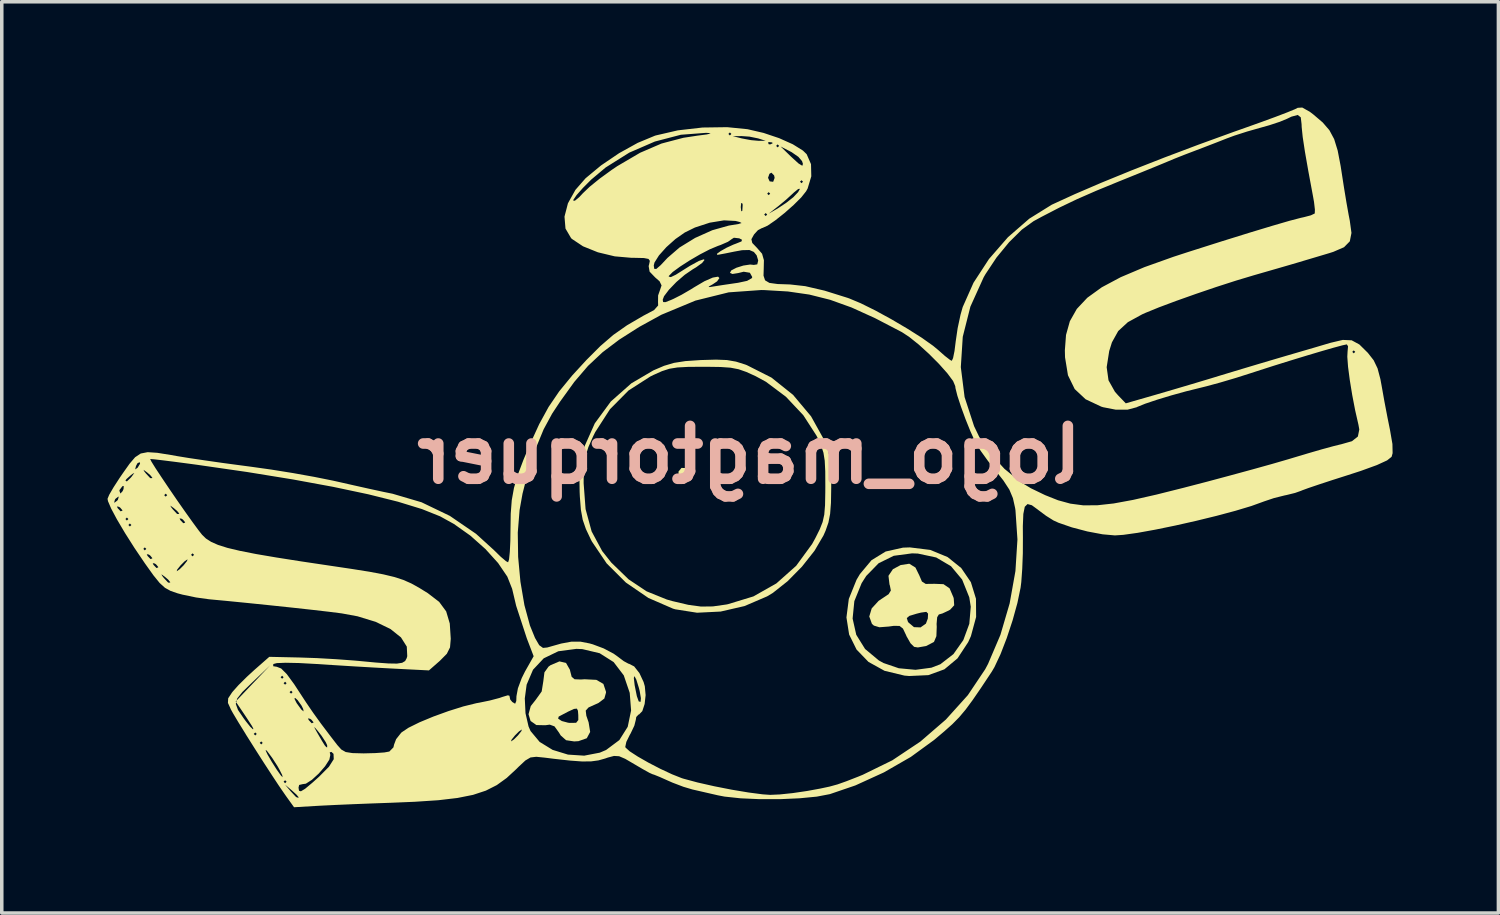
<source format=kicad_pcb>
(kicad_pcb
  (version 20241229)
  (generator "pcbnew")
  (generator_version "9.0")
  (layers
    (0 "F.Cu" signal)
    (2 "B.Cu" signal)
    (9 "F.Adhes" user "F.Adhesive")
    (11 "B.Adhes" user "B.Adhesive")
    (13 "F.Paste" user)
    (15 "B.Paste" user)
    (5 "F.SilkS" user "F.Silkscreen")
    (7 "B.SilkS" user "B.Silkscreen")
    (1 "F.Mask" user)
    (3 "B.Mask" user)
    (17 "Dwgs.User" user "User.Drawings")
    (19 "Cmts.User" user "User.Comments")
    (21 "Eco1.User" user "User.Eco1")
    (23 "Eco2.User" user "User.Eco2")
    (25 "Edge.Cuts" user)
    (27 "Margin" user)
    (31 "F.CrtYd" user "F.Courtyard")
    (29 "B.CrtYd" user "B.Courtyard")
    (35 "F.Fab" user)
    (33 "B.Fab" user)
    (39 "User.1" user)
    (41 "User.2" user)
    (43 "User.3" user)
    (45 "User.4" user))
  (footprint "logo_magtorquer"
    (layer "F.Cu")
    (at 18.202 9.851)
    (property "Reference" "logo_magtorquer" (at 0 0 0) (layer "B.SilkS") (effects (font (size 1.5 1.5) (thickness 0.3)) (justify mirror)))
    (attr board_only exclude_from_pos_files exclude_from_bom)
    (fp_poly (pts (xy -1.802 0.374) (xy -1.767 0.401) (xy -1.713 0.54) (xy -1.75 0.688) (xy -1.856 0.762) (xy -1.863 0.762) (xy -1.967 0.694) (xy -2.004 0.629) (xy -2.007 0.473) (xy -1.923 0.371)) (stroke (width 0) (type solid)) (fill yes) (layer "F.SilkS"))
    (fp_poly (pts (xy 5.135 2.697) (xy 5.625 2.899) (xy 6.012 3.211) (xy 6.285 3.611) (xy 6.43 4.081) (xy 6.434 4.598) (xy 6.286 5.143) (xy 6.209 5.312) (xy 5.906 5.773) (xy 5.534 6.083) (xy 5.081 6.248) (xy 4.536 6.273) (xy 4.4 6.261) (xy 3.836 6.125) (xy 3.381 5.873) (xy 3.043 5.523) (xy 2.832 5.096) (xy 2.761 4.643) (xy 2.931 4.643) (xy 3.034 5.103) (xy 3.284 5.506) (xy 3.674 5.831) (xy 3.808 5.905) (xy 4.241 6.053) (xy 4.716 6.097) (xy 5.166 6.037) (xy 5.42 5.939) (xy 5.791 5.651) (xy 6.071 5.254) (xy 6.241 4.792) (xy 6.282 4.308) (xy 6.24 4.041) (xy 6.037 3.537) (xy 5.722 3.159) (xy 5.302 2.911) (xy 4.783 2.8) (xy 4.617 2.794) (xy 4.098 2.863) (xy 3.668 3.075) (xy 3.317 3.435) (xy 3.187 3.639) (xy 2.98 4.149) (xy 2.931 4.643) (xy 2.761 4.643) (xy 2.756 4.611) (xy 2.823 4.087) (xy 3.042 3.544) (xy 3.138 3.382) (xy 3.467 2.988) (xy 3.868 2.742) (xy 4.359 2.632) (xy 4.555 2.625)) (stroke (width 0) (type solid)) (fill yes) (layer "F.SilkS"))
    (fp_poly (pts (xy -5.197 5.903) (xy -5.088 6.095) (xy -5.078 6.139) (xy -5.037 6.297) (xy -4.955 6.365) (xy -4.778 6.372) (xy -4.671 6.365) (xy -4.337 6.382) (xy -4.138 6.497) (xy -4.065 6.716) (xy -4.064 6.746) (xy -4.111 6.912) (xy -4.278 7.038) (xy -4.36 7.075) (xy -4.559 7.165) (xy -4.639 7.254) (xy -4.622 7.398) (xy -4.557 7.587) (xy -4.513 7.859) (xy -4.609 8.038) (xy -4.846 8.121) (xy -4.967 8.128) (xy -5.196 8.094) (xy -5.347 7.96) (xy -5.401 7.873) (xy -5.525 7.701) (xy -5.66 7.652) (xy -5.782 7.669) (xy -6.039 7.664) (xy -6.203 7.548) (xy -6.223 7.483) (xy -5.421 7.483) (xy -5.317 7.55) (xy -5.141 7.597) (xy -5.09 7.603) (xy -4.911 7.6) (xy -4.849 7.522) (xy -4.85 7.383) (xy -4.86 7.258) (xy -4.889 7.198) (xy -4.97 7.206) (xy -5.138 7.283) (xy -5.406 7.424) (xy -5.421 7.483) (xy -6.223 7.483) (xy -6.261 7.356) (xy -6.198 7.126) (xy -6.054 6.943) (xy -5.888 6.711) (xy -5.842 6.422) (xy -5.81 6.169) (xy -5.694 6.007) (xy -5.634 5.964) (xy -5.384 5.858)) (stroke (width 0) (type solid)) (fill yes) (layer "F.SilkS"))
    (fp_poly (pts (xy 4.713 3.196) (xy 4.822 3.418) (xy 4.897 3.593) (xy 5.004 3.661) (xy 5.207 3.659) (xy 5.233 3.657) (xy 5.508 3.668) (xy 5.681 3.786) (xy 5.79 4.04) (xy 5.8 4.079) (xy 5.812 4.267) (xy 5.699 4.39) (xy 5.659 4.414) (xy 5.48 4.498) (xy 5.376 4.528) (xy 5.329 4.606) (xy 5.313 4.795) (xy 5.317 4.877) (xy 5.307 5.143) (xy 5.24 5.303) (xy 5.232 5.31) (xy 5.017 5.422) (xy 4.782 5.463) (xy 4.676 5.446) (xy 4.574 5.345) (xy 4.463 5.151) (xy 4.445 5.109) (xy 4.359 4.928) (xy 4.262 4.852) (xy 4.093 4.851) (xy 3.955 4.87) (xy 3.691 4.89) (xy 3.534 4.843) (xy 3.478 4.792) (xy 3.42 4.63) (xy 4.468 4.63) (xy 4.498 4.728) (xy 4.513 4.753) (xy 4.672 4.887) (xy 4.858 4.894) (xy 5.01 4.787) (xy 5.064 4.643) (xy 5.071 4.503) (xy 5.022 4.453) (xy 4.872 4.474) (xy 4.751 4.504) (xy 4.542 4.567) (xy 4.468 4.63) (xy 3.42 4.63) (xy 3.403 4.586) (xy 3.472 4.356) (xy 3.668 4.142) (xy 3.766 4.076) (xy 3.952 3.952) (xy 4.016 3.847) (xy 3.987 3.704) (xy 3.977 3.676) (xy 3.948 3.431) (xy 4.074 3.243) (xy 4.293 3.126) (xy 4.538 3.088)) (stroke (width 0) (type solid)) (fill yes) (layer "F.SilkS"))
    (fp_poly (pts (xy -0.633 -2.689) (xy -0.376 -2.644) (xy -0.115 -2.562) (xy -0.068 -2.544) (xy 0.628 -2.192) (xy 1.241 -1.702) (xy 1.752 -1.093) (xy 2.124 -0.423) (xy 2.22 -0.178) (xy 2.281 0.057) (xy 2.313 0.334) (xy 2.324 0.704) (xy 2.324 0.931) (xy 2.317 1.362) (xy 2.293 1.674) (xy 2.245 1.92) (xy 2.165 2.15) (xy 2.104 2.288) (xy 1.85 2.721) (xy 1.495 3.17) (xy 1.086 3.585) (xy 0.671 3.914) (xy 0.506 4.014) (xy -0.135 4.289) (xy -0.813 4.445) (xy -1.482 4.478) (xy -2.099 4.381) (xy -2.164 4.362) (xy -2.861 4.059) (xy -3.5 3.622) (xy -4.045 3.079) (xy -4.464 2.458) (xy -4.49 2.408) (xy -4.634 2.104) (xy -4.724 1.843) (xy -4.776 1.559) (xy -4.805 1.189) (xy -4.811 1.057) (xy -4.815 0.804) (xy -4.698 0.804) (xy -4.643 1.54) (xy -4.471 2.173) (xy -4.171 2.731) (xy -3.914 3.055) (xy -3.423 3.531) (xy -2.913 3.871) (xy -2.339 4.103) (xy -2.181 4.148) (xy -1.73 4.254) (xy -1.369 4.303) (xy -1.033 4.299) (xy -0.653 4.245) (xy -0.603 4.235) (xy 0.118 4.015) (xy 0.768 3.647) (xy 1.33 3.147) (xy 1.783 2.527) (xy 1.875 2.36) (xy 1.999 2.111) (xy 2.08 1.906) (xy 2.127 1.695) (xy 2.149 1.43) (xy 2.156 1.063) (xy 2.157 0.889) (xy 2.155 0.467) (xy 2.14 0.167) (xy 2.104 -0.06) (xy 2.038 -0.263) (xy 1.935 -0.488) (xy 1.905 -0.547) (xy 1.533 -1.123) (xy 1.04 -1.647) (xy 0.473 -2.072) (xy 0.179 -2.232) (xy -0.083 -2.351) (xy -0.303 -2.428) (xy -0.53 -2.472) (xy -0.815 -2.492) (xy -1.208 -2.498) (xy -1.314 -2.498) (xy -1.735 -2.495) (xy -2.036 -2.479) (xy -2.266 -2.442) (xy -2.476 -2.374) (xy -2.715 -2.267) (xy -2.805 -2.223) (xy -3.424 -1.826) (xy -3.951 -1.294) (xy -4.37 -0.644) (xy -4.428 -0.527) (xy -4.562 -0.224) (xy -4.643 0.03) (xy -4.683 0.3) (xy -4.697 0.651) (xy -4.698 0.804) (xy -4.815 0.804) (xy -4.819 0.574) (xy -4.789 0.199) (xy -4.716 -0.126) (xy -4.699 -0.182) (xy -4.382 -0.893) (xy -3.927 -1.513) (xy -3.344 -2.029) (xy -2.719 -2.396) (xy -2.415 -2.526) (xy -2.134 -2.609) (xy -1.813 -2.659) (xy -1.389 -2.688) (xy -1.364 -2.689) (xy -0.943 -2.701)) (stroke (width 0) (type solid)) (fill yes) (layer "F.SilkS"))
    (fp_poly (pts (xy 15.898 -9.731) (xy 15.998 -9.655) (xy 16.264 -9.428) (xy 16.454 -9.208) (xy 16.589 -8.956) (xy 16.689 -8.631) (xy 16.773 -8.193) (xy 16.803 -8) (xy 16.87 -7.568) (xy 16.939 -7.15) (xy 17.001 -6.802) (xy 17.033 -6.639) (xy 17.08 -6.294) (xy 17.033 -6.056) (xy 16.869 -5.889) (xy 16.566 -5.758) (xy 16.45 -5.721) (xy 16.102 -5.617) (xy 15.749 -5.512) (xy 15.579 -5.461) (xy 15.334 -5.389) (xy 14.982 -5.287) (xy 14.576 -5.17) (xy 14.309 -5.093) (xy 13.806 -4.942) (xy 13.244 -4.761) (xy 12.665 -4.564) (xy 12.11 -4.367) (xy 11.621 -4.184) (xy 11.239 -4.028) (xy 11.145 -3.986) (xy 10.738 -3.763) (xy 10.464 -3.511) (xy 10.286 -3.191) (xy 10.209 -2.945) (xy 10.137 -2.486) (xy 10.189 -2.114) (xy 10.37 -1.791) (xy 10.46 -1.689) (xy 10.679 -1.461) (xy 11.541 -1.709) (xy 12.002 -1.844) (xy 12.543 -2.004) (xy 13.083 -2.166) (xy 13.377 -2.256) (xy 13.873 -2.406) (xy 14.417 -2.569) (xy 14.93 -2.721) (xy 15.198 -2.8) (xy 15.612 -2.921) (xy 16.02 -3.04) (xy 16.361 -3.141) (xy 16.491 -3.179) (xy 16.834 -3.26) (xy 17.086 -3.249) (xy 17.305 -3.13) (xy 17.545 -2.893) (xy 17.71 -2.682) (xy 17.82 -2.453) (xy 17.901 -2.146) (xy 17.938 -1.945) (xy 18.014 -1.517) (xy 18.104 -1.047) (xy 18.173 -0.706) (xy 18.242 -0.307) (xy 18.247 -0.047) (xy 18.218 0.056) (xy 18.091 0.157) (xy 17.801 0.29) (xy 17.347 0.455) (xy 16.962 0.58) (xy 16.533 0.717) (xy 16.155 0.841) (xy 15.86 0.941) (xy 15.682 1.006) (xy 15.653 1.019) (xy 15.481 1.08) (xy 15.234 1.141) (xy 15.187 1.15) (xy 14.882 1.226) (xy 14.591 1.324) (xy 14.576 1.33) (xy 14.241 1.451) (xy 13.788 1.587) (xy 13.254 1.73) (xy 12.674 1.872) (xy 12.084 2.005) (xy 11.519 2.121) (xy 11.016 2.212) (xy 10.609 2.269) (xy 10.371 2.285) (xy 10.022 2.254) (xy 9.591 2.173) (xy 9.15 2.057) (xy 8.771 1.926) (xy 8.627 1.86) (xy 8.417 1.728) (xy 8.193 1.561) (xy 8.189 1.557) (xy 8.014 1.429) (xy 7.892 1.396) (xy 7.814 1.473) (xy 7.773 1.677) (xy 7.759 2.023) (xy 7.761 2.35) (xy 7.759 2.793) (xy 7.742 3.235) (xy 7.715 3.61) (xy 7.695 3.768) (xy 7.605 4.201) (xy 7.469 4.693) (xy 7.304 5.193) (xy 7.127 5.652) (xy 6.955 6.019) (xy 6.878 6.15) (xy 6.572 6.611) (xy 6.333 6.959) (xy 6.135 7.227) (xy 5.953 7.443) (xy 5.76 7.639) (xy 5.53 7.844) (xy 5.242 8.087) (xy 4.583 8.567) (xy 3.818 9.007) (xy 3.01 9.376) (xy 2.286 9.623) (xy 1.915 9.694) (xy 1.427 9.741) (xy 0.871 9.766) (xy 0.298 9.766) (xy -0.243 9.742) (xy -0.701 9.693) (xy -0.889 9.657) (xy -1.207 9.584) (xy -1.511 9.514) (xy -1.609 9.492) (xy -1.868 9.415) (xy -2.178 9.297) (xy -2.303 9.242) (xy -2.536 9.138) (xy -2.699 9.072) (xy -2.743 9.059) (xy -2.832 9.019) (xy -3.023 8.913) (xy -3.259 8.774) (xy -3.519 8.622) (xy -3.692 8.548) (xy -3.837 8.54) (xy -4.012 8.586) (xy -4.089 8.613) (xy -4.277 8.666) (xy -4.483 8.694) (xy -4.74 8.697) (xy -5.081 8.672) (xy -5.54 8.621) (xy -5.803 8.588) (xy -6.042 8.564) (xy -6.205 8.583) (xy -6.351 8.669) (xy -6.541 8.846) (xy -6.608 8.913) (xy -6.881 9.165) (xy -7.161 9.367) (xy -7.471 9.524) (xy -7.835 9.644) (xy -8.277 9.732) (xy -8.82 9.796) (xy -9.489 9.84) (xy -10.16 9.868) (xy -10.694 9.887) (xy -11.228 9.908) (xy -11.714 9.929) (xy -12.102 9.948) (xy -12.234 9.955) (xy -12.912 9.995) (xy -13.142 9.675) (xy -13.303 9.442) (xy -13.361 9.356) (xy -13.166 9.356) (xy -13.004 9.546) (xy -12.854 9.706) (xy -12.789 9.729) (xy -12.785 9.707) (xy -12.842 9.638) (xy -12.975 9.517) (xy -13.068 9.438) (xy -12.785 9.438) (xy -12.771 9.528) (xy -12.717 9.543) (xy -12.599 9.472) (xy -12.395 9.302) (xy -12.204 9.131) (xy -11.922 8.846) (xy -11.786 8.632) (xy -11.792 8.481) (xy -11.852 8.425) (xy -11.9 8.439) (xy -11.883 8.511) (xy -11.91 8.643) (xy -12.032 8.833) (xy -12.21 9.038) (xy -12.405 9.217) (xy -12.577 9.327) (xy -12.669 9.34) (xy -12.767 9.363) (xy -12.785 9.438) (xy -13.068 9.438) (xy -13.166 9.356) (xy -13.361 9.356) (xy -13.417 9.271) (xy -13.208 9.271) (xy -13.166 9.313) (xy -13.123 9.271) (xy -13.166 9.229) (xy -13.208 9.271) (xy -13.417 9.271) (xy -13.52 9.115) (xy -13.77 8.731) (xy -13.995 8.379) (xy -13.72 8.379) (xy -13.666 8.495) (xy -13.548 8.7) (xy -13.4 8.933) (xy -13.286 9.093) (xy -13.236 9.144) (xy -13.249 9.08) (xy -13.331 8.918) (xy -13.383 8.826) (xy -13.531 8.597) (xy -13.665 8.416) (xy -13.695 8.382) (xy -13.72 8.379) (xy -13.995 8.379) (xy -14.03 8.324) (xy -14.127 8.17) (xy -13.885 8.17) (xy -13.843 8.213) (xy -13.801 8.17) (xy -13.843 8.128) (xy -13.885 8.17) (xy -14.127 8.17) (xy -14.278 7.931) (xy -14.286 7.916) (xy -14.055 7.916) (xy -14.012 7.959) (xy -13.97 7.916) (xy -14.012 7.874) (xy -14.055 7.916) (xy -14.286 7.916) (xy -14.49 7.586) (xy -14.645 7.326) (xy -14.701 7.225) (xy -14.774 7.064) (xy -14.564 7.064) (xy -14.502 7.235) (xy -14.346 7.465) (xy -14.279 7.556) (xy -14.152 7.715) (xy -14.074 7.788) (xy -14.068 7.759) (xy -14.077 7.744) (xy -12.331 7.744) (xy -12.258 7.874) (xy -12.12 8.113) (xy -12.041 8.24) (xy -11.997 8.29) (xy -11.972 8.297) (xy -11.973 8.236) (xy -12.013 8.149) (xy -12.133 7.966) (xy -12.237 7.832) (xy -12.331 7.723) (xy -12.331 7.744) (xy -14.077 7.744) (xy -14.11 7.684) (xy -14.197 7.549) (xy -14.245 7.475) (xy -12.517 7.475) (xy -12.496 7.522) (xy -12.411 7.613) (xy -12.362 7.594) (xy -12.361 7.583) (xy -12.421 7.511) (xy -12.459 7.485) (xy -12.517 7.475) (xy -14.245 7.475) (xy -14.332 7.345) (xy -14.371 7.287) (xy -14.552 7.019) (xy -14.564 7.064) (xy -14.774 7.064) (xy -14.787 7.037) (xy -14.785 6.996) (xy -14.568 6.996) (xy -14.552 7.019) (xy -14.538 6.964) (xy -14.49 6.914) (xy -12.903 6.914) (xy -12.841 7.036) (xy -12.826 7.059) (xy -12.705 7.225) (xy -12.641 7.277) (xy -12.653 7.207) (xy -12.697 7.117) (xy -12.81 6.957) (xy -12.879 6.895) (xy -12.903 6.914) (xy -14.49 6.914) (xy -14.316 6.731) (xy -13.039 6.731) (xy -12.996 6.773) (xy -12.954 6.731) (xy -12.996 6.689) (xy -13.039 6.731) (xy -14.316 6.731) (xy -14.079 6.482) (xy -14.074 6.477) (xy -13.208 6.477) (xy -13.166 6.519) (xy -13.123 6.477) (xy -13.166 6.435) (xy -13.208 6.477) (xy -14.074 6.477) (xy -13.912 6.308) (xy -13.293 6.308) (xy -13.25 6.35) (xy -13.208 6.308) (xy -13.25 6.265) (xy -13.293 6.308) (xy -13.912 6.308) (xy -13.589 5.969) (xy -14.114 6.47) (xy -14.377 6.726) (xy -14.524 6.91) (xy -14.538 6.964) (xy -14.568 6.996) (xy -14.785 6.996) (xy -14.78 6.905) (xy -14.673 6.743) (xy -14.653 6.717) (xy -14.488 6.532) (xy -14.25 6.296) (xy -14.04 6.103) (xy -13.614 5.729) (xy -12.755 5.748) (xy -12.264 5.765) (xy -11.719 5.796) (xy -11.217 5.833) (xy -11.091 5.844) (xy -10.591 5.891) (xy -10.234 5.917) (xy -9.994 5.921) (xy -9.845 5.898) (xy -9.761 5.848) (xy -9.717 5.767) (xy -9.701 5.711) (xy -9.714 5.439) (xy -9.879 5.178) (xy -10.178 4.94) (xy -10.595 4.737) (xy -11.112 4.579) (xy -11.557 4.497) (xy -11.902 4.453) (xy -12.377 4.398) (xy -12.947 4.335) (xy -13.573 4.269) (xy -14.217 4.203) (xy -14.843 4.141) (xy -15.325 4.096) (xy -15.691 4.045) (xy -16.075 3.965) (xy -16.214 3.928) (xy -16.414 3.859) (xy -16.573 3.771) (xy -16.724 3.634) (xy -16.9 3.417) (xy -16.921 3.387) (xy -16.674 3.387) (xy -16.653 3.431) (xy -16.605 3.493) (xy -16.482 3.624) (xy -16.427 3.624) (xy -16.425 3.609) (xy -16.483 3.538) (xy -16.573 3.461) (xy -16.674 3.387) (xy -16.921 3.387) (xy -16.982 3.302) (xy -16.24 3.302) (xy -16.158 3.246) (xy -16.044 3.133) (xy -15.947 3.01) (xy -15.933 2.963) (xy -16.015 3.019) (xy -16.129 3.133) (xy -16.227 3.255) (xy -16.24 3.302) (xy -16.982 3.302) (xy -17.134 3.089) (xy -17.143 3.077) (xy -17.146 3.072) (xy -16.92 3.072) (xy -16.899 3.12) (xy -16.814 3.21) (xy -16.765 3.192) (xy -16.764 3.18) (xy -16.824 3.108) (xy -16.862 3.082) (xy -16.92 3.072) (xy -17.146 3.072) (xy -17.318 2.818) (xy -17.089 2.818) (xy -17.068 2.866) (xy -16.983 2.956) (xy -16.934 2.938) (xy -16.933 2.926) (xy -16.993 2.854) (xy -17.019 2.836) (xy -15.833 2.836) (xy -15.79 2.879) (xy -15.748 2.836) (xy -15.79 2.794) (xy -15.833 2.836) (xy -17.019 2.836) (xy -17.031 2.828) (xy -17.089 2.818) (xy -17.318 2.818) (xy -17.42 2.667) (xy -17.187 2.667) (xy -17.145 2.709) (xy -17.103 2.667) (xy -17.145 2.625) (xy -17.187 2.667) (xy -17.42 2.667) (xy -17.437 2.642) (xy -17.704 2.221) (xy -17.841 1.99) (xy -17.611 1.99) (xy -17.568 2.032) (xy -17.526 1.99) (xy -17.568 1.947) (xy -17.611 1.99) (xy -17.841 1.99) (xy -17.929 1.841) (xy -17.941 1.82) (xy -17.695 1.82) (xy -17.653 1.863) (xy -17.611 1.82) (xy -17.629 1.802) (xy -16.158 1.802) (xy -16.137 1.85) (xy -16.052 1.94) (xy -16.003 1.922) (xy -16.002 1.91) (xy -16.062 1.838) (xy -16.1 1.812) (xy -16.158 1.802) (xy -17.629 1.802) (xy -17.653 1.778) (xy -17.695 1.82) (xy -17.941 1.82) (xy -18.096 1.53) (xy -18.125 1.464) (xy -17.936 1.464) (xy -17.915 1.511) (xy -17.83 1.602) (xy -17.781 1.583) (xy -17.78 1.571) (xy -17.84 1.5) (xy -17.878 1.474) (xy -17.936 1.464) (xy -18.125 1.464) (xy -18.135 1.44) (xy -16.42 1.44) (xy -16.399 1.484) (xy -16.351 1.545) (xy -16.228 1.677) (xy -16.173 1.676) (xy -16.171 1.661) (xy -16.229 1.591) (xy -16.32 1.513) (xy -16.42 1.44) (xy -18.135 1.44) (xy -18.174 1.349) (xy -18.013 1.349) (xy -18.002 1.355) (xy -17.924 1.295) (xy -17.907 1.27) (xy -17.885 1.191) (xy -17.897 1.185) (xy -17.974 1.245) (xy -17.992 1.27) (xy -18.013 1.349) (xy -18.174 1.349) (xy -18.189 1.315) (xy -18.202 1.247) (xy -18.159 1.143) (xy -16.595 1.143) (xy -16.552 1.185) (xy -16.51 1.143) (xy -16.552 1.101) (xy -16.595 1.143) (xy -18.159 1.143) (xy -18.156 1.135) (xy -18.09 1.021) (xy -17.865 1.021) (xy -17.837 1.098) (xy -17.775 1.031) (xy -17.748 0.969) (xy -17.742 0.882) (xy -17.781 0.89) (xy -17.862 0.998) (xy -17.865 1.021) (xy -18.09 1.021) (xy -18.033 0.923) (xy -17.908 0.73) (xy -17.695 0.73) (xy -17.654 0.755) (xy -17.542 0.647) (xy -17.515 0.614) (xy -17.442 0.514) (xy -17.486 0.535) (xy -17.547 0.582) (xy -17.664 0.686) (xy -17.695 0.73) (xy -17.908 0.73) (xy -17.856 0.65) (xy -17.773 0.529) (xy -17.699 0.424) (xy -17.182 0.424) (xy -17.161 0.468) (xy -17.113 0.529) (xy -16.99 0.661) (xy -16.935 0.66) (xy -16.933 0.645) (xy -16.991 0.575) (xy -17.081 0.497) (xy -17.182 0.424) (xy -17.699 0.424) (xy -17.691 0.413) (xy -17.419 0.413) (xy -17.357 0.372) (xy -17.346 0.361) (xy -17.279 0.25) (xy -17.288 0.209) (xy -17.351 0.235) (xy -17.394 0.314) (xy -17.419 0.413) (xy -17.691 0.413) (xy -17.577 0.252) (xy -17.463 0.118) (xy -16.993 0.118) (xy -16.957 0.192) (xy -16.844 0.374) (xy -16.671 0.636) (xy -16.46 0.95) (xy -16.23 1.286) (xy -16 1.615) (xy -15.79 1.909) (xy -15.621 2.139) (xy -15.521 2.266) (xy -15.411 2.373) (xy -15.265 2.467) (xy -15.067 2.555) (xy -14.8 2.639) (xy -14.446 2.723) (xy -13.99 2.813) (xy -13.414 2.911) (xy -12.702 3.023) (xy -11.938 3.137) (xy -11.287 3.234) (xy -10.776 3.315) (xy -10.379 3.39) (xy -10.066 3.465) (xy -9.811 3.548) (xy -9.587 3.647) (xy -9.365 3.77) (xy -9.118 3.923) (xy -9.115 3.925) (xy -8.796 4.17) (xy -8.597 4.44) (xy -8.495 4.783) (xy -8.467 5.219) (xy -8.488 5.461) (xy -8.578 5.642) (xy -8.772 5.838) (xy -8.776 5.842) (xy -9.086 6.114) (xy -10.11 6.062) (xy -10.622 6.034) (xy -11.222 5.999) (xy -11.829 5.961) (xy -12.277 5.932) (xy -12.768 5.905) (xy -13.149 5.897) (xy -13.401 5.907) (xy -13.5 5.933) (xy -13.504 5.995) (xy -13.402 6.011) (xy -13.277 6.06) (xy -13.118 6.219) (xy -12.908 6.506) (xy -12.802 6.668) (xy -12.573 7.018) (xy -12.367 7.32) (xy -12.146 7.626) (xy -11.875 7.984) (xy -11.682 8.234) (xy -11.571 8.358) (xy -11.446 8.429) (xy -11.257 8.459) (xy -10.953 8.467) (xy -10.922 8.467) (xy -10.608 8.459) (xy -10.351 8.441) (xy -10.209 8.415) (xy -10.093 8.297) (xy -10.075 8.218) (xy -10.041 8.128) (xy -6.757 8.128) (xy -6.676 8.072) (xy -6.562 7.959) (xy -6.464 7.836) (xy -6.451 7.789) (xy -6.532 7.845) (xy -6.646 7.959) (xy -6.744 8.081) (xy -6.757 8.128) (xy -10.041 8.128) (xy -10.017 8.065) (xy -9.875 7.885) (xy -9.858 7.869) (xy -9.665 7.74) (xy -9.351 7.585) (xy -8.958 7.422) (xy -8.53 7.267) (xy -8.11 7.135) (xy -7.741 7.044) (xy -7.662 7.03) (xy -7.36 6.968) (xy -7.087 6.896) (xy -7.001 6.866) (xy -6.848 6.82) (xy -6.8 6.834) (xy -6.802 6.837) (xy -6.781 6.939) (xy -6.722 7.01) (xy -6.641 7.059) (xy -6.609 6.983) (xy -6.606 6.909) (xy -6.367 6.909) (xy -6.347 7.329) (xy -6.261 7.703) (xy -6.204 7.833) (xy -5.946 8.142) (xy -5.578 8.368) (xy -5.142 8.502) (xy -4.682 8.532) (xy -4.24 8.447) (xy -4.061 8.371) (xy -3.685 8.09) (xy -3.448 7.714) (xy -3.352 7.25) (xy -3.391 6.75) (xy -3.535 6.328) (xy -3.275 6.328) (xy -3.251 6.535) (xy -3.25 6.54) (xy -3.189 6.844) (xy -3.135 6.994) (xy -3.083 7.006) (xy -3.083 7.006) (xy -3.074 6.903) (xy -3.108 6.701) (xy -3.13 6.613) (xy -3.205 6.373) (xy -3.257 6.276) (xy -3.275 6.328) (xy -3.535 6.328) (xy -3.559 6.256) (xy -3.847 5.878) (xy -4.243 5.627) (xy -4.735 5.51) (xy -4.903 5.503) (xy -5.416 5.571) (xy -5.83 5.771) (xy -6.134 6.095) (xy -6.315 6.519) (xy -6.367 6.909) (xy -6.606 6.909) (xy -6.604 6.847) (xy -6.562 6.621) (xy -6.454 6.332) (xy -6.36 6.143) (xy -6.116 5.712) (xy -6.31 5.205) (xy -6.612 4.282) (xy -6.726 3.8) (xy -6.863 3.454) (xy -7.125 3.068) (xy -7.484 2.671) (xy -7.91 2.292) (xy -8.375 1.962) (xy -8.769 1.744) (xy -9.284 1.538) (xy -9.965 1.329) (xy -10.805 1.119) (xy -11.801 0.908) (xy -12.948 0.697) (xy -14.241 0.487) (xy -15.675 0.28) (xy -15.875 0.253) (xy -16.285 0.199) (xy -16.628 0.156) (xy -16.873 0.127) (xy -16.988 0.118) (xy -16.993 0.118) (xy -17.463 0.118) (xy -17.419 0.067) (xy -17.26 -0.038) (xy -17.064 -0.076) (xy -16.792 -0.058) (xy -16.406 0.004) (xy -16.214 0.038) (xy -15.888 0.091) (xy -15.443 0.157) (xy -14.927 0.231) (xy -14.389 0.303) (xy -14.139 0.336) (xy -13.562 0.417) (xy -12.94 0.517) (xy -12.338 0.625) (xy -11.82 0.729) (xy -11.684 0.759) (xy -11.225 0.863) (xy -10.773 0.964) (xy -10.382 1.049) (xy -10.118 1.103) (xy -9.296 1.345) (xy -8.493 1.731) (xy -7.75 2.24) (xy -7.243 2.701) (xy -7.05 2.89) (xy -6.9 3.016) (xy -6.841 3.048) (xy -6.814 2.969) (xy -6.792 2.755) (xy -6.777 2.441) (xy -6.774 2.204) (xy -6.566 2.204) (xy -6.556 2.896) (xy -6.491 3.598) (xy -6.378 4.262) (xy -6.221 4.841) (xy -6.077 5.194) (xy -5.958 5.399) (xy -5.851 5.476) (xy -5.73 5.464) (xy -5.334 5.352) (xy -5.04 5.298) (xy -4.791 5.298) (xy -4.533 5.348) (xy -4.44 5.374) (xy -4.13 5.49) (xy -3.848 5.639) (xy -3.74 5.716) (xy -3.559 5.852) (xy -3.426 5.924) (xy -3.409 5.927) (xy -3.265 6.001) (xy -3.116 6.19) (xy -2.997 6.445) (xy -2.963 6.563) (xy -2.94 6.814) (xy -2.968 7.067) (xy -3.034 7.269) (xy -3.126 7.364) (xy -3.141 7.366) (xy -3.206 7.436) (xy -3.218 7.514) (xy -3.26 7.681) (xy -3.365 7.902) (xy -3.389 7.943) (xy -3.487 8.141) (xy -3.517 8.282) (xy -3.511 8.301) (xy -3.393 8.408) (xy -3.16 8.559) (xy -2.855 8.733) (xy -2.517 8.908) (xy -2.189 9.061) (xy -1.912 9.171) (xy -1.863 9.186) (xy -1.465 9.293) (xy -0.992 9.4) (xy -0.493 9.498) (xy -0.019 9.577) (xy 0.379 9.629) (xy 0.593 9.644) (xy 0.866 9.632) (xy 1.23 9.594) (xy 1.612 9.538) (xy 1.651 9.532) (xy 2.01 9.466) (xy 2.274 9.41) (xy 2.503 9.347) (xy 2.754 9.258) (xy 3.085 9.129) (xy 3.217 9.075) (xy 4.055 8.665) (xy 4.851 8.134) (xy 5.576 7.508) (xy 6.2 6.815) (xy 6.691 6.082) (xy 6.772 5.93) (xy 7.123 5.107) (xy 7.385 4.214) (xy 7.549 3.296) (xy 7.606 2.4) (xy 7.55 1.571) (xy 7.54 1.507) (xy 7.478 1.228) (xy 7.377 0.987) (xy 7.208 0.728) (xy 7.003 0.469) (xy 6.771 0.174) (xy 6.567 -0.108) (xy 6.429 -0.325) (xy 6.411 -0.361) (xy 6.274 -0.664) (xy 6.133 -1.014) (xy 6.004 -1.367) (xy 5.903 -1.675) (xy 5.848 -1.894) (xy 5.842 -1.949) (xy 5.781 -2.094) (xy 5.617 -2.314) (xy 5.462 -2.488) (xy 6 -2.488) (xy 6.107 -1.639) (xy 6.376 -0.814) (xy 6.52 -0.514) (xy 6.827 -0.05) (xy 7.238 0.397) (xy 7.698 0.773) (xy 7.99 0.949) (xy 8.392 1.143) (xy 8.757 1.288) (xy 9.108 1.384) (xy 9.472 1.432) (xy 9.872 1.43) (xy 10.335 1.379) (xy 10.884 1.278) (xy 11.545 1.128) (xy 12.343 0.928) (xy 12.353 0.925) (xy 12.988 0.76) (xy 13.641 0.585) (xy 14.269 0.414) (xy 14.832 0.257) (xy 15.287 0.125) (xy 15.423 0.084) (xy 15.851 -0.044) (xy 16.244 -0.158) (xy 16.563 -0.245) (xy 16.765 -0.295) (xy 16.778 -0.297) (xy 17.094 -0.387) (xy 17.262 -0.52) (xy 17.302 -0.719) (xy 17.278 -0.854) (xy 17.185 -1.263) (xy 17.101 -1.7) (xy 17.032 -2.125) (xy 16.983 -2.499) (xy 16.962 -2.782) (xy 16.969 -2.921) (xy 17.103 -2.921) (xy 17.145 -2.879) (xy 17.187 -2.921) (xy 17.145 -2.963) (xy 17.103 -2.921) (xy 16.969 -2.921) (xy 16.969 -2.924) (xy 16.983 -3.079) (xy 16.948 -3.133) (xy 16.83 -3.108) (xy 16.58 -3.041) (xy 16.229 -2.94) (xy 15.806 -2.814) (xy 15.341 -2.672) (xy 14.863 -2.523) (xy 14.403 -2.375) (xy 14.237 -2.321) (xy 13.803 -2.183) (xy 13.357 -2.051) (xy 12.967 -1.945) (xy 12.798 -1.903) (xy 12.39 -1.802) (xy 11.963 -1.684) (xy 11.561 -1.562) (xy 11.228 -1.45) (xy 11.008 -1.361) (xy 10.987 -1.35) (xy 10.732 -1.282) (xy 10.391 -1.282) (xy 10.036 -1.351) (xy 9.982 -1.368) (xy 9.54 -1.576) (xy 9.23 -1.866) (xy 9.039 -2.257) (xy 8.956 -2.765) (xy 8.951 -2.964) (xy 8.984 -3.402) (xy 9.093 -3.791) (xy 9.29 -4.139) (xy 9.588 -4.456) (xy 9.999 -4.753) (xy 10.535 -5.039) (xy 11.208 -5.324) (xy 12.032 -5.618) (xy 12.44 -5.751) (xy 13.4 -6.056) (xy 14.201 -6.305) (xy 14.843 -6.499) (xy 15.324 -6.639) (xy 15.646 -6.723) (xy 15.729 -6.741) (xy 15.927 -6.793) (xy 16.036 -6.845) (xy 16.039 -6.849) (xy 16.043 -6.957) (xy 16.018 -7.172) (xy 15.991 -7.325) (xy 15.858 -8.04) (xy 15.76 -8.599) (xy 15.697 -9.015) (xy 15.668 -9.298) (xy 15.665 -9.377) (xy 15.642 -9.573) (xy 15.556 -9.641) (xy 15.377 -9.592) (xy 15.253 -9.532) (xy 15.048 -9.447) (xy 14.748 -9.348) (xy 14.474 -9.271) (xy 14.116 -9.169) (xy 13.758 -9.054) (xy 13.547 -8.976) (xy 13.249 -8.859) (xy 12.889 -8.72) (xy 12.658 -8.632) (xy 12.343 -8.512) (xy 12.053 -8.397) (xy 11.896 -8.331) (xy 11.726 -8.26) (xy 11.436 -8.141) (xy 11.061 -7.988) (xy 10.638 -7.817) (xy 10.499 -7.761) (xy 9.842 -7.491) (xy 9.292 -7.25) (xy 8.794 -7.012) (xy 8.294 -6.753) (xy 8.064 -6.628) (xy 7.731 -6.388) (xy 7.369 -6.031) (xy 7.013 -5.597) (xy 6.7 -5.126) (xy 6.649 -5.038) (xy 6.271 -4.203) (xy 6.055 -3.348) (xy 6 -2.488) (xy 5.462 -2.488) (xy 5.38 -2.58) (xy 5.1 -2.861) (xy 4.807 -3.128) (xy 4.53 -3.349) (xy 4.328 -3.481) (xy 3.567 -3.877) (xy 2.902 -4.179) (xy 2.293 -4.398) (xy 1.703 -4.546) (xy 1.095 -4.634) (xy 0.43 -4.673) (xy 0.339 -4.675) (xy -0.584 -4.609) (xy -1.527 -4.375) (xy -2.492 -3.974) (xy -3.122 -3.628) (xy -3.689 -3.267) (xy -4.161 -2.91) (xy -4.574 -2.523) (xy -4.963 -2.069) (xy -5.364 -1.513) (xy -5.592 -1.168) (xy -5.833 -0.723) (xy -6.065 -0.161) (xy -6.27 0.465) (xy -6.432 1.103) (xy -6.515 1.566) (xy -6.566 2.204) (xy -6.774 2.204) (xy -6.773 2.13) (xy -6.766 1.668) (xy -6.737 1.287) (xy -6.674 0.938) (xy -6.568 0.573) (xy -6.407 0.146) (xy -6.222 -0.296) (xy -5.958 -0.872) (xy -5.693 -1.357) (xy -5.391 -1.801) (xy -5.02 -2.254) (xy -4.618 -2.691) (xy -4.224 -3.085) (xy -3.859 -3.4) (xy -3.469 -3.674) (xy -3.001 -3.947) (xy -2.702 -4.105) (xy -2.585 -4.236) (xy -2.588 -4.335) (xy -2.587 -4.4) (xy -2.455 -4.4) (xy -2.443 -4.334) (xy -2.378 -4.331) (xy -2.215 -4.395) (xy -2.148 -4.425) (xy -1.923 -4.539) (xy -1.653 -4.696) (xy -1.566 -4.751) (xy -1.272 -4.924) (xy -1.035 -5.028) (xy -0.885 -5.054) (xy -0.847 -5.014) (xy -0.913 -4.921) (xy -1.037 -4.837) (xy -1.154 -4.771) (xy -1.129 -4.758) (xy -0.974 -4.782) (xy -0.729 -4.82) (xy -0.423 -4.865) (xy -0.318 -4.88) (xy -0.062 -4.935) (xy 0.072 -5.011) (xy 0.085 -5.042) (xy 0.017 -5.165) (xy -0.158 -5.194) (xy -0.315 -5.156) (xy -0.476 -5.13) (xy -0.548 -5.161) (xy -0.511 -5.231) (xy -0.365 -5.307) (xy -0.168 -5.369) (xy 0.024 -5.398) (xy 0.13 -5.387) (xy 0.227 -5.403) (xy 0.253 -5.514) (xy 0.209 -5.659) (xy 0.13 -5.755) (xy 0.003 -5.81) (xy -0.203 -5.805) (xy -0.424 -5.765) (xy -0.679 -5.713) (xy -0.861 -5.679) (xy -0.912 -5.673) (xy -0.916 -5.704) (xy -0.811 -5.78) (xy -0.641 -5.876) (xy -0.451 -5.963) (xy -0.381 -5.989) (xy -0.22 -6.054) (xy -0.207 -6.101) (xy -0.284 -6.141) (xy -0.436 -6.158) (xy -0.495 -6.121) (xy -0.605 -6.043) (xy -0.812 -5.953) (xy -0.889 -5.926) (xy -1.117 -5.831) (xy -1.397 -5.686) (xy -1.692 -5.514) (xy -1.963 -5.339) (xy -2.172 -5.186) (xy -2.279 -5.077) (xy -2.286 -5.057) (xy -2.226 -5.041) (xy -2.08 -5.111) (xy -2.06 -5.124) (xy -1.688 -5.358) (xy -1.429 -5.5) (xy -1.291 -5.546) (xy -1.27 -5.527) (xy -1.337 -5.443) (xy -1.507 -5.32) (xy -1.601 -5.264) (xy -1.829 -5.108) (xy -2.068 -4.902) (xy -2.277 -4.685) (xy -2.418 -4.499) (xy -2.455 -4.4) (xy -2.587 -4.4) (xy -2.586 -4.521) (xy -2.536 -4.664) (xy -2.488 -4.805) (xy -2.544 -4.922) (xy -2.669 -5.032) (xy -2.827 -5.196) (xy -2.854 -5.353) (xy -2.849 -5.373) (xy -2.709 -5.373) (xy -2.695 -5.275) (xy -2.637 -5.273) (xy -2.513 -5.38) (xy -2.319 -5.587) (xy -1.98 -5.88) (xy -1.536 -6.153) (xy -1.049 -6.371) (xy -0.583 -6.502) (xy -0.542 -6.509) (xy -0.305 -6.548) (xy -0.219 -6.575) (xy -0.27 -6.604) (xy -0.388 -6.634) (xy -0.717 -6.651) (xy -1.122 -6.585) (xy -1.541 -6.448) (xy -1.83 -6.306) (xy -2.096 -6.12) (xy -2.352 -5.891) (xy -2.562 -5.656) (xy -2.688 -5.456) (xy -2.709 -5.373) (xy -2.849 -5.373) (xy -2.841 -5.402) (xy -2.82 -5.502) (xy -2.858 -5.557) (xy -2.988 -5.582) (xy -3.246 -5.588) (xy -3.335 -5.588) (xy -3.816 -5.63) (xy -4.294 -5.745) (xy -4.716 -5.915) (xy -5.029 -6.123) (xy -5.054 -6.147) (xy -5.213 -6.418) (xy -5.241 -6.756) (xy -5.226 -6.816) (xy 0.423 -6.816) (xy 0.466 -6.773) (xy 0.508 -6.816) (xy 0.484 -6.84) (xy 0.55 -6.84) (xy 0.804 -6.987) (xy 1.046 -7.147) (xy 1.249 -7.307) (xy 1.384 -7.45) (xy 1.439 -7.546) (xy 1.388 -7.541) (xy 1.264 -7.44) (xy 1.249 -7.425) (xy 1.046 -7.239) (xy 0.815 -7.047) (xy 0.804 -7.039) (xy 0.55 -6.84) (xy 0.484 -6.84) (xy 0.466 -6.858) (xy 0.423 -6.816) (xy -5.226 -6.816) (xy -5.171 -7.027) (xy -0.241 -7.027) (xy -0.227 -6.907) (xy -0.198 -6.921) (xy -0.187 -7.095) (xy -0.198 -7.133) (xy -0.229 -7.144) (xy -0.241 -7.027) (xy -5.171 -7.027) (xy -5.144 -7.133) (xy -5.1 -7.213) (xy -4.995 -7.213) (xy -4.947 -7.207) (xy -4.823 -7.309) (xy -4.731 -7.408) (xy 0.508 -7.408) (xy 0.55 -7.366) (xy 0.593 -7.408) (xy 0.55 -7.451) (xy 0.508 -7.408) (xy -4.731 -7.408) (xy -4.722 -7.418) (xy -4.528 -7.603) (xy -4.238 -7.838) (xy -4.21 -7.858) (xy 0.532 -7.858) (xy 0.578 -7.757) (xy 0.673 -7.745) (xy 0.677 -7.747) (xy 1.439 -7.747) (xy 1.482 -7.705) (xy 1.524 -7.747) (xy 1.482 -7.789) (xy 1.439 -7.747) (xy 0.677 -7.747) (xy 0.679 -7.748) (xy 0.719 -7.855) (xy 0.705 -7.925) (xy 0.628 -8.003) (xy 0.572 -7.972) (xy 0.532 -7.858) (xy -4.21 -7.858) (xy -3.902 -8.082) (xy -3.743 -8.189) (xy -3.097 -8.568) (xy -2.645 -8.763) (xy 0.762 -8.763) (xy 0.804 -8.721) (xy 0.83 -8.746) (xy 0.889 -8.746) (xy 1.185 -8.458) (xy 1.395 -8.266) (xy 1.504 -8.199) (xy 1.522 -8.252) (xy 1.496 -8.332) (xy 1.393 -8.452) (xy 1.203 -8.584) (xy 1.169 -8.602) (xy 0.889 -8.746) (xy 0.83 -8.746) (xy 0.847 -8.763) (xy 0.804 -8.805) (xy 0.762 -8.763) (xy -2.645 -8.763) (xy -2.491 -8.829) (xy -2.368 -8.862) (xy 0.536 -8.862) (xy 0.548 -8.811) (xy 0.593 -8.805) (xy 0.662 -8.836) (xy 0.649 -8.862) (xy 0.549 -8.872) (xy 0.536 -8.862) (xy -2.368 -8.862) (xy -1.868 -8.993) (xy -1.565 -9.039) (xy -0.466 -9.039) (xy -0.212 -8.975) (xy 0.049 -8.926) (xy 0.254 -8.908) (xy 0.466 -8.907) (xy 0.254 -8.975) (xy 0.005 -9.026) (xy -0.212 -9.041) (xy -0.466 -9.039) (xy -1.565 -9.039) (xy -1.482 -9.052) (xy -1.206 -9.088) (xy -1.148 -9.102) (xy -0.593 -9.102) (xy -0.55 -9.059) (xy -0.508 -9.102) (xy -0.55 -9.144) (xy -0.593 -9.102) (xy -1.148 -9.102) (xy -1.096 -9.113) (xy -1.147 -9.128) (xy -1.228 -9.133) (xy -1.94 -9.079) (xy -2.679 -8.886) (xy -3.403 -8.572) (xy -4.073 -8.151) (xy -4.484 -7.806) (xy -4.719 -7.57) (xy -4.898 -7.368) (xy -4.989 -7.235) (xy -4.995 -7.213) (xy -5.1 -7.213) (xy -4.93 -7.517) (xy -4.643 -7.845) (xy -4.203 -8.21) (xy -3.691 -8.557) (xy -3.164 -8.849) (xy -2.683 -9.049) (xy -2.653 -9.059) (xy -2.026 -9.204) (xy -1.325 -9.284) (xy -0.627 -9.294) (xy -0.053 -9.237) (xy 0.405 -9.131) (xy 0.848 -8.982) (xy 1.235 -8.809) (xy 1.522 -8.63) (xy 1.628 -8.527) (xy 1.751 -8.245) (xy 1.759 -7.9) (xy 1.655 -7.554) (xy 1.612 -7.476) (xy 1.474 -7.302) (xy 1.257 -7.086) (xy 1 -6.859) (xy 0.741 -6.653) (xy 0.52 -6.501) (xy 0.374 -6.435) (xy 0.365 -6.435) (xy 0.245 -6.372) (xy 0.135 -6.251) (xy 0.06 -6.116) (xy 0.085 -6.01) (xy 0.223 -5.866) (xy 0.363 -5.704) (xy 0.415 -5.521) (xy 0.41 -5.29) (xy 0.404 -5.082) (xy 0.448 -4.95) (xy 0.571 -4.877) (xy 0.803 -4.845) (xy 1.157 -4.833) (xy 1.586 -4.785) (xy 2.137 -4.657) (xy 2.788 -4.453) (xy 2.834 -4.437) (xy 3.163 -4.299) (xy 3.575 -4.095) (xy 4.029 -3.847) (xy 4.481 -3.581) (xy 4.891 -3.322) (xy 5.214 -3.093) (xy 5.353 -2.978) (xy 5.549 -2.805) (xy 5.695 -2.692) (xy 5.744 -2.667) (xy 5.78 -2.744) (xy 5.821 -2.946) (xy 5.855 -3.217) (xy 5.91 -3.592) (xy 5.992 -3.975) (xy 6.053 -4.191) (xy 6.36 -4.882) (xy 6.799 -5.555) (xy 7.337 -6.173) (xy 7.941 -6.698) (xy 8.578 -7.094) (xy 8.612 -7.11) (xy 9.234 -7.395) (xy 9.988 -7.719) (xy 10.845 -8.069) (xy 11.776 -8.434) (xy 12.752 -8.802) (xy 13.743 -9.162) (xy 14.055 -9.272) (xy 14.517 -9.437) (xy 14.927 -9.587) (xy 15.256 -9.713) (xy 15.476 -9.803) (xy 15.555 -9.843) (xy 15.684 -9.851)) (stroke (width 0) (type solid)) (fill yes) (layer "F.SilkS")))
  (gr_rect
    (start -3 -3)
    (end 39.45 22.846)
    (stroke (width 0.1) (type default))
    (fill no)
    (layer "Edge.Cuts")))
</source>
